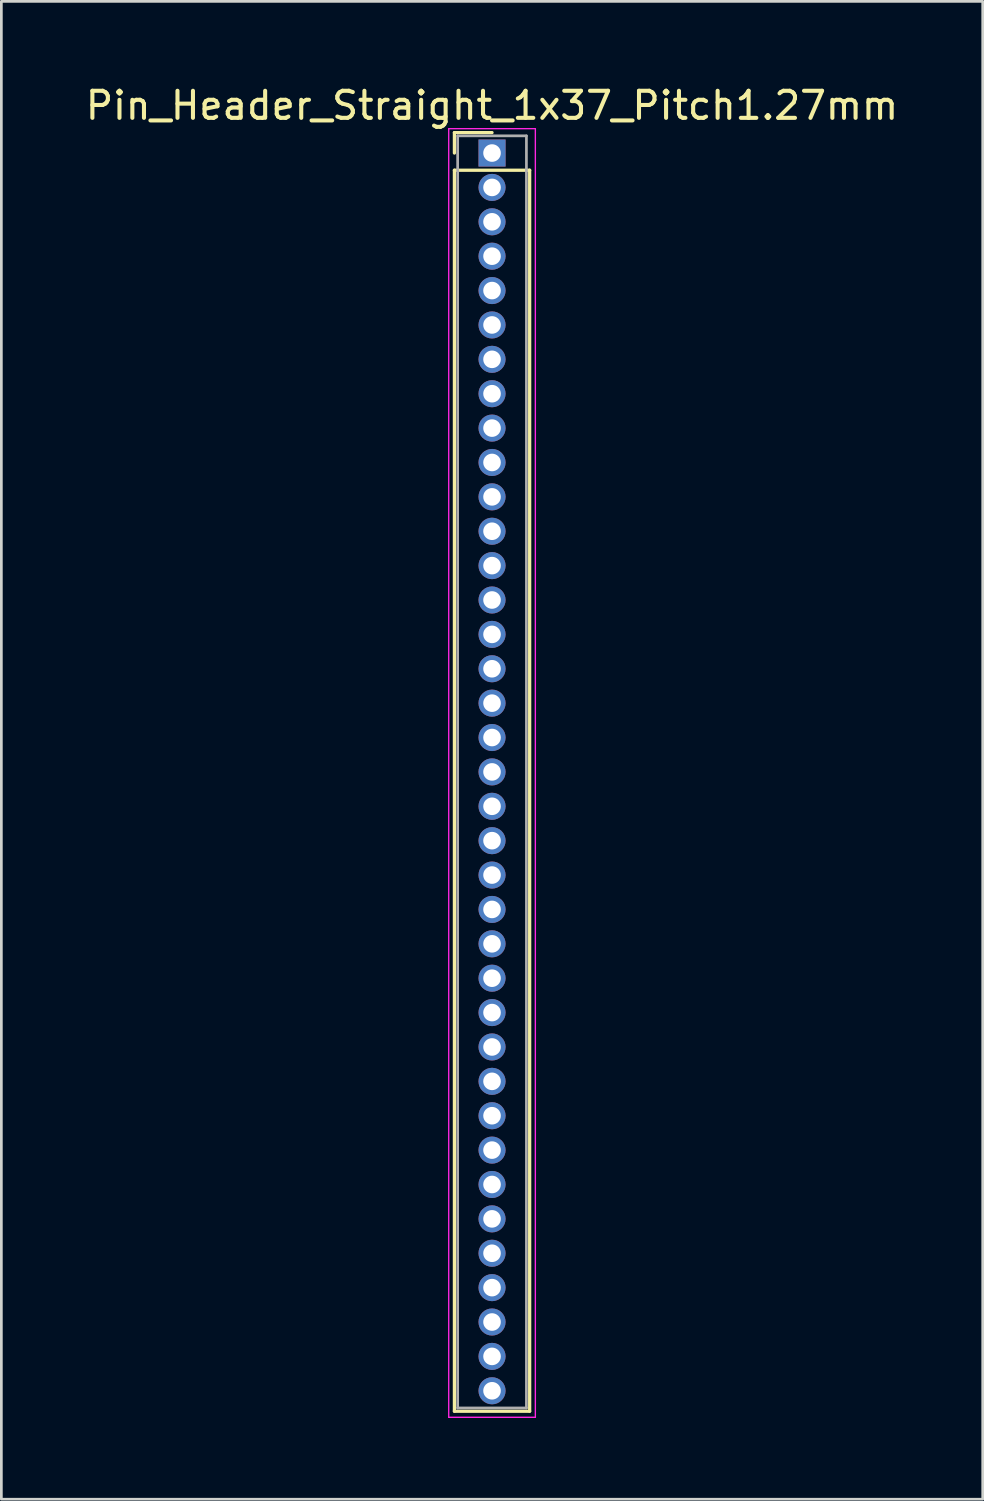
<source format=kicad_pcb>
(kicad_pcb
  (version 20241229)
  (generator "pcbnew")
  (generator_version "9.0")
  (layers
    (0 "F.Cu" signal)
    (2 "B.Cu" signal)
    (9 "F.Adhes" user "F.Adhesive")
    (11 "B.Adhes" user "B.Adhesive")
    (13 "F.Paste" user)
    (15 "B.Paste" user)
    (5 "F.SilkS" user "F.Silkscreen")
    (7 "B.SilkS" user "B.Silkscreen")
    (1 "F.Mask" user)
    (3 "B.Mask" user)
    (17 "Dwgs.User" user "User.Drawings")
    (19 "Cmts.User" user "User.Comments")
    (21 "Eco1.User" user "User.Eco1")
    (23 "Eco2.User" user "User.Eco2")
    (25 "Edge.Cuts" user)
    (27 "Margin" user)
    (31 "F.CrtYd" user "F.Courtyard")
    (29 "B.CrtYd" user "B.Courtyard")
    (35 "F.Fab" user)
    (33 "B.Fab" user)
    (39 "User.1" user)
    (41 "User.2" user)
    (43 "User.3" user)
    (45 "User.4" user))
  (footprint "Pin_Header_Straight_1x37_Pitch1.27mm"
    (layer "F.Cu")
    (at 15.125 2.603)
    (property "Reference" "Pin_Header_Straight_1x37_Pitch1.27mm" (at 0 -1.755 0) (layer "F.SilkS") (effects (font (size 1 1) (thickness 0.15))))
    (attr through_hole)
    (fp_line (start -1.39 -0.755) (end 0 -0.755) (stroke (width 0.12) (type solid)) (layer "F.SilkS"))
    (fp_line (start -1.39 0) (end -1.39 -0.755) (stroke (width 0.12) (type solid)) (layer "F.SilkS"))
    (fp_line (start -1.39 0.635) (end -1.39 46.475) (stroke (width 0.12) (type solid)) (layer "F.SilkS"))
    (fp_line (start -1.39 46.475) (end 1.39 46.475) (stroke (width 0.12) (type solid)) (layer "F.SilkS"))
    (fp_line (start 1.39 0.635) (end -1.39 0.635) (stroke (width 0.12) (type solid)) (layer "F.SilkS"))
    (fp_line (start 1.39 46.475) (end 1.39 0.635) (stroke (width 0.12) (type solid)) (layer "F.SilkS"))
    (fp_line (start -1.6 -0.9) (end -1.6 46.7) (stroke (width 0.05) (type solid)) (layer "F.CrtYd"))
    (fp_line (start -1.6 46.7) (end 1.6 46.7) (stroke (width 0.05) (type solid)) (layer "F.CrtYd"))
    (fp_line (start 1.6 -0.9) (end -1.6 -0.9) (stroke (width 0.05) (type solid)) (layer "F.CrtYd"))
    (fp_line (start 1.6 46.7) (end 1.6 -0.9) (stroke (width 0.05) (type solid)) (layer "F.CrtYd"))
    (fp_line (start -1.27 -0.635) (end -1.27 46.355) (stroke (width 0.1) (type solid)) (layer "F.Fab"))
    (fp_line (start -1.27 46.355) (end 1.27 46.355) (stroke (width 0.1) (type solid)) (layer "F.Fab"))
    (fp_line (start 1.27 -0.635) (end -1.27 -0.635) (stroke (width 0.1) (type solid)) (layer "F.Fab"))
    (fp_line (start 1.27 46.355) (end 1.27 -0.635) (stroke (width 0.1) (type solid)) (layer "F.Fab"))
    (pad "1" thru_hole rect (at 0 0) (size 1 1) (drill 0.65) (layers "*.Cu" "*.Mask"))
    (pad "2" thru_hole oval (at 0 1.27) (size 1 1) (drill 0.65) (layers "*.Cu" "*.Mask"))
    (pad "3" thru_hole oval (at 0 2.54) (size 1 1) (drill 0.65) (layers "*.Cu" "*.Mask"))
    (pad "4" thru_hole oval (at 0 3.81) (size 1 1) (drill 0.65) (layers "*.Cu" "*.Mask"))
    (pad "5" thru_hole oval (at 0 5.08) (size 1 1) (drill 0.65) (layers "*.Cu" "*.Mask"))
    (pad "6" thru_hole oval (at 0 6.35) (size 1 1) (drill 0.65) (layers "*.Cu" "*.Mask"))
    (pad "7" thru_hole oval (at 0 7.62) (size 1 1) (drill 0.65) (layers "*.Cu" "*.Mask"))
    (pad "8" thru_hole oval (at 0 8.89) (size 1 1) (drill 0.65) (layers "*.Cu" "*.Mask"))
    (pad "9" thru_hole oval (at 0 10.16) (size 1 1) (drill 0.65) (layers "*.Cu" "*.Mask"))
    (pad "10" thru_hole oval (at 0 11.43) (size 1 1) (drill 0.65) (layers "*.Cu" "*.Mask"))
    (pad "11" thru_hole oval (at 0 12.7) (size 1 1) (drill 0.65) (layers "*.Cu" "*.Mask"))
    (pad "12" thru_hole oval (at 0 13.97) (size 1 1) (drill 0.65) (layers "*.Cu" "*.Mask"))
    (pad "13" thru_hole oval (at 0 15.24) (size 1 1) (drill 0.65) (layers "*.Cu" "*.Mask"))
    (pad "14" thru_hole oval (at 0 16.51) (size 1 1) (drill 0.65) (layers "*.Cu" "*.Mask"))
    (pad "15" thru_hole oval (at 0 17.78) (size 1 1) (drill 0.65) (layers "*.Cu" "*.Mask"))
    (pad "16" thru_hole oval (at 0 19.05) (size 1 1) (drill 0.65) (layers "*.Cu" "*.Mask"))
    (pad "17" thru_hole oval (at 0 20.32) (size 1 1) (drill 0.65) (layers "*.Cu" "*.Mask"))
    (pad "18" thru_hole oval (at 0 21.59) (size 1 1) (drill 0.65) (layers "*.Cu" "*.Mask"))
    (pad "19" thru_hole oval (at 0 22.86) (size 1 1) (drill 0.65) (layers "*.Cu" "*.Mask"))
    (pad "20" thru_hole oval (at 0 24.13) (size 1 1) (drill 0.65) (layers "*.Cu" "*.Mask"))
    (pad "21" thru_hole oval (at 0 25.4) (size 1 1) (drill 0.65) (layers "*.Cu" "*.Mask"))
    (pad "22" thru_hole oval (at 0 26.67) (size 1 1) (drill 0.65) (layers "*.Cu" "*.Mask"))
    (pad "23" thru_hole oval (at 0 27.94) (size 1 1) (drill 0.65) (layers "*.Cu" "*.Mask"))
    (pad "24" thru_hole oval (at 0 29.21) (size 1 1) (drill 0.65) (layers "*.Cu" "*.Mask"))
    (pad "25" thru_hole oval (at 0 30.48) (size 1 1) (drill 0.65) (layers "*.Cu" "*.Mask"))
    (pad "26" thru_hole oval (at 0 31.75) (size 1 1) (drill 0.65) (layers "*.Cu" "*.Mask"))
    (pad "27" thru_hole oval (at 0 33.02) (size 1 1) (drill 0.65) (layers "*.Cu" "*.Mask"))
    (pad "28" thru_hole oval (at 0 34.29) (size 1 1) (drill 0.65) (layers "*.Cu" "*.Mask"))
    (pad "29" thru_hole oval (at 0 35.56) (size 1 1) (drill 0.65) (layers "*.Cu" "*.Mask"))
    (pad "30" thru_hole oval (at 0 36.83) (size 1 1) (drill 0.65) (layers "*.Cu" "*.Mask"))
    (pad "31" thru_hole oval (at 0 38.1) (size 1 1) (drill 0.65) (layers "*.Cu" "*.Mask"))
    (pad "32" thru_hole oval (at 0 39.37) (size 1 1) (drill 0.65) (layers "*.Cu" "*.Mask"))
    (pad "33" thru_hole oval (at 0 40.64) (size 1 1) (drill 0.65) (layers "*.Cu" "*.Mask"))
    (pad "34" thru_hole oval (at 0 41.91) (size 1 1) (drill 0.65) (layers "*.Cu" "*.Mask"))
    (pad "35" thru_hole oval (at 0 43.18) (size 1 1) (drill 0.65) (layers "*.Cu" "*.Mask"))
    (pad "36" thru_hole oval (at 0 44.45) (size 1 1) (drill 0.65) (layers "*.Cu" "*.Mask"))
    (pad "37" thru_hole oval (at 0 45.72) (size 1 1) (drill 0.65) (layers "*.Cu" "*.Mask")))
  (gr_rect
    (start -3 -3)
    (end 33.25 52.328)
    (stroke (width 0.1) (type default))
    (fill no)
    (layer "Edge.Cuts")))
</source>
